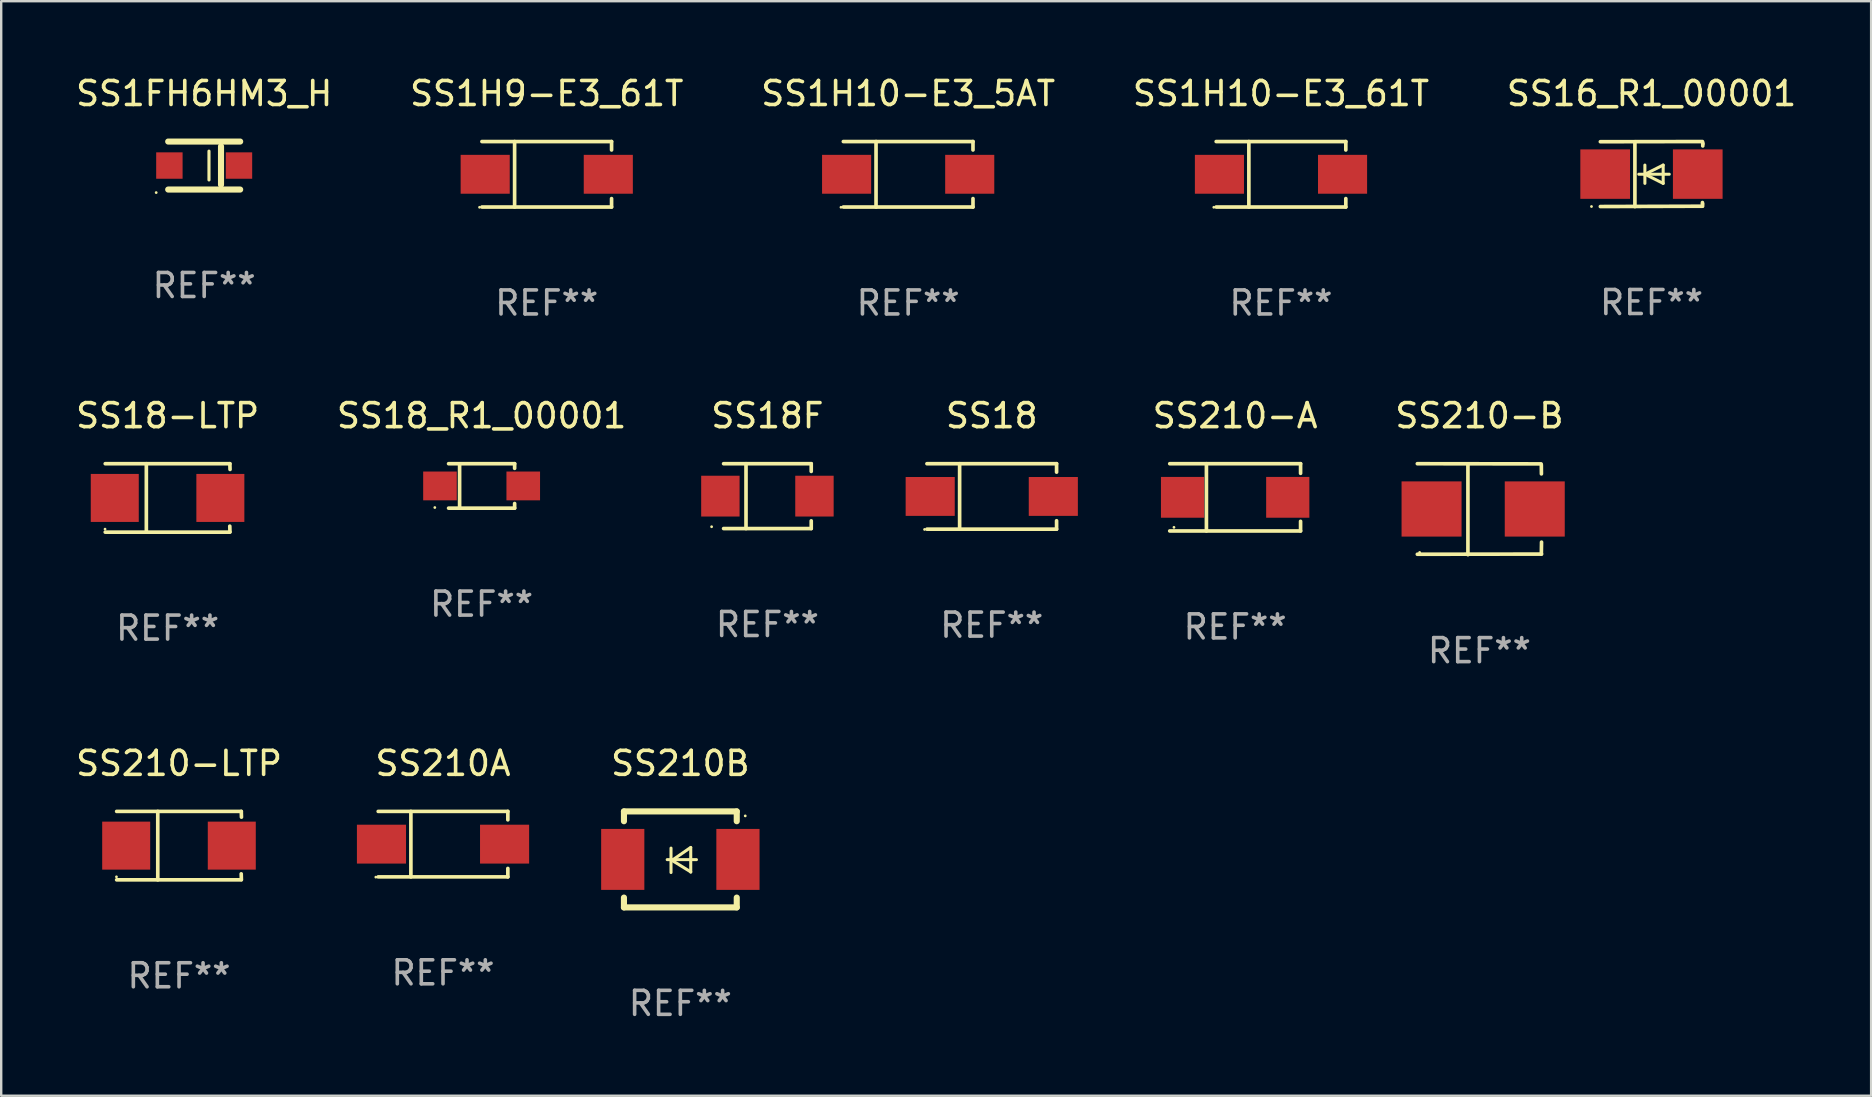
<source format=kicad_pcb>
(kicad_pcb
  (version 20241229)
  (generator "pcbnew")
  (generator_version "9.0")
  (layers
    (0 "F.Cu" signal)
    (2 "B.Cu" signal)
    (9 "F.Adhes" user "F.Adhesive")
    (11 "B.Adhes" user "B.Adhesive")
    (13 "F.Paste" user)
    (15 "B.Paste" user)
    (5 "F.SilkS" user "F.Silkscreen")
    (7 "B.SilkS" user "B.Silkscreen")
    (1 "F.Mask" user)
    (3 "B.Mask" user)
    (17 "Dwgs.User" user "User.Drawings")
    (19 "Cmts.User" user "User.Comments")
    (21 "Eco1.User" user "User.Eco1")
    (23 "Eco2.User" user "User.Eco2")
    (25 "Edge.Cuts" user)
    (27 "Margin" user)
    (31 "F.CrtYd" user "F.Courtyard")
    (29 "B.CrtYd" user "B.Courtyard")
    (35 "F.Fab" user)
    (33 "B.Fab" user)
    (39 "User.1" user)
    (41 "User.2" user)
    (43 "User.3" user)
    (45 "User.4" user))
  (footprint "SS16_R1_00001"
    (layer "F.Cu")
    (at 65.768 4.203)
    (property "Reference" "SS16_R1_00001" (at 0 -3.355 0) (layer "F.SilkS") (effects (font (size 1 1) (thickness 0.15))))
    (attr through_hole)
    (fp_line (start -2.134 -1.348) (end 2.12 -1.355) (stroke (width 0.152) (type solid)) (layer "F.SilkS"))
    (fp_line (start -2.134 1.353) (end 2.107 1.34) (stroke (width 0.152) (type solid)) (layer "F.SilkS"))
    (fp_line (start -0.694 -1.348) (end -0.694 1.355) (stroke (width 0.152) (type solid)) (layer "F.SilkS"))
    (fp_line (start -0.278 0.007) (end -0.278 -0.374) (stroke (width 0.127) (type solid)) (layer "F.SilkS"))
    (fp_line (start -0.278 0.007) (end -0.278 0.388) (stroke (width 0.127) (type solid)) (layer "F.SilkS"))
    (fp_line (start 0.484 -0.374) (end -0.278 0.007) (stroke (width 0.127) (type solid)) (layer "F.SilkS"))
    (fp_line (start 0.484 0.007) (end 0.484 -0.374) (stroke (width 0.127) (type solid)) (layer "F.SilkS"))
    (fp_line (start 0.484 0.007) (end 0.484 0.388) (stroke (width 0.127) (type solid)) (layer "F.SilkS"))
    (fp_line (start 0.484 0.388) (end -0.278 0.007) (stroke (width 0.127) (type solid)) (layer "F.SilkS"))
    (fp_line (start 0.738 0.007) (end -0.532 0.007) (stroke (width 0.127) (type solid)) (layer "F.SilkS"))
    (fp_line (start 2.12 1.186) (end 2.12 1.237) (stroke (width 0.152) (type solid)) (layer "F.SilkS"))
    (fp_line (start 2.127 1.25) (end 2.127 1.34) (stroke (width 0.152) (type solid)) (layer "F.SilkS"))
    (fp_line (start 2.134 -1.309) (end 2.134 -1.258) (stroke (width 0.152) (type solid)) (layer "F.SilkS"))
    (fp_line (start 2.134 -1.261) (end 2.134 -1.172) (stroke (width 0.152) (type solid)) (layer "F.SilkS"))
    (fp_circle (center -2.503 1.352) (end -2.473 1.352) (stroke (width 0.06) (type solid)) (fill no) (layer "F.SilkS"))
    (fp_text user "REF**" (at 0 5.355 0) (layer "F.Fab") (effects (font (size 1 1) (thickness 0.15))))
    (pad "1" smd rect (at -1.933 0.002 180) (size 2.07 2.06) (layers "F.Cu" "F.Mask" "F.Paste"))
    (pad "2" smd rect (at 1.925 0.002 180) (size 2.07 2.06) (layers "F.Cu" "F.Mask" "F.Paste")))
  (footprint "SS210-B"
    (layer "F.Cu")
    (at 58.596 18.168)
    (property "Reference" "SS210-B" (at 0 -3.896 0) (layer "F.SilkS") (effects (font (size 1 1) (thickness 0.15))))
    (attr through_hole)
    (fp_line (start -2.588 -1.896) (end 2.568 -1.889) (stroke (width 0.152) (type solid)) (layer "F.SilkS"))
    (fp_line (start -2.588 1.877) (end 2.588 1.87) (stroke (width 0.152) (type solid)) (layer "F.SilkS"))
    (fp_line (start -0.48 1.896) (end -0.48 -1.871) (stroke (width 0.152) (type solid)) (layer "F.SilkS"))
    (fp_line (start 2.579 -1.849) (end 2.582 -1.472) (stroke (width 0.152) (type solid)) (layer "F.SilkS"))
    (fp_line (start 2.579 1.867) (end 2.587 1.372) (stroke (width 0.152) (type solid)) (layer "F.SilkS"))
    (fp_circle (center -2.492 1.801) (end -2.462 1.801) (stroke (width 0.06) (type solid)) (fill no) (layer "F.SilkS"))
    (fp_text user "REF**" (at 0 5.896 0) (layer "F.Fab") (effects (font (size 1 1) (thickness 0.15))))
    (pad "1" smd rect (at -1.995 -0.009) (size 2.5 2.3) (layers "F.Cu" "F.Mask" "F.Paste"))
    (pad "2" smd rect (at 2.305 -0.009) (size 2.5 2.3) (layers "F.Cu" "F.Mask" "F.Paste")))
  (footprint "SS210-LTP"
    (layer "F.Cu")
    (at 4.411 32.186)
    (property "Reference" "SS210-LTP" (at 0 -3.426 0) (layer "F.SilkS") (effects (font (size 1 1) (thickness 0.15))))
    (attr through_hole)
    (fp_line (start -2.6 -1.426) (end 2.593 -1.426) (stroke (width 0.152) (type solid)) (layer "F.SilkS"))
    (fp_line (start -2.6 1.426) (end 2.593 1.426) (stroke (width 0.152) (type solid)) (layer "F.SilkS"))
    (fp_line (start -0.887 -1.426) (end -0.887 1.426) (stroke (width 0.152) (type solid)) (layer "F.SilkS"))
    (fp_line (start 2.59 1.176) (end 2.597 1.415) (stroke (width 0.152) (type solid)) (layer "F.SilkS"))
    (fp_line (start 2.593 -1.426) (end 2.6 -1.187) (stroke (width 0.152) (type solid)) (layer "F.SilkS"))
    (fp_circle (center -2.608 1.3) (end -2.578 1.3) (stroke (width 0.06) (type solid)) (fill no) (layer "F.SilkS"))
    (fp_text user "REF**" (at 0 5.426 0) (layer "F.Fab") (effects (font (size 1 1) (thickness 0.15))))
    (pad "1" smd rect (at -2.203 0 180) (size 2 2) (layers "F.Cu" "F.Mask" "F.Paste"))
    (pad "2" smd rect (at 2.197 0 180) (size 2 2) (layers "F.Cu" "F.Mask" "F.Paste")))
  (footprint "SS18_R1_00001"
    (layer "F.Cu")
    (at 17.018 17.198)
    (property "Reference" "SS18_R1_00001" (at 0 -2.926 0) (layer "F.SilkS") (effects (font (size 1 1) (thickness 0.15))))
    (attr through_hole)
    (fp_line (start -1.376 -0.926) (end 1.376 -0.926) (stroke (width 0.152) (type solid)) (layer "F.SilkS"))
    (fp_line (start -1.376 0.926) (end 1.376 0.926) (stroke (width 0.152) (type solid)) (layer "F.SilkS"))
    (fp_line (start -0.917 -0.876) (end -0.917 0.876) (stroke (width 0.152) (type solid)) (layer "F.SilkS"))
    (fp_line (start 1.376 -0.926) (end 1.376 -0.733) (stroke (width 0.152) (type solid)) (layer "F.SilkS"))
    (fp_line (start 1.376 0.926) (end 1.376 0.733) (stroke (width 0.152) (type solid)) (layer "F.SilkS"))
    (fp_circle (center -1.95 0.9) (end -1.92 0.9) (stroke (width 0.06) (type solid)) (fill no) (layer "F.SilkS"))
    (fp_text user "REF**" (at 0 4.926 0) (layer "F.Fab") (effects (font (size 1 1) (thickness 0.15))))
    (pad "1" smd rect (at -1.735 0) (size 1.4 1.2) (layers "F.Cu" "F.Mask" "F.Paste"))
    (pad "2" smd rect (at 1.735 0) (size 1.4 1.2) (layers "F.Cu" "F.Mask" "F.Paste")))
  (footprint "SS1H10-E3_5AT"
    (layer "F.Cu")
    (at 34.792 4.212)
    (property "Reference" "SS1H10-E3_5AT" (at 0 -3.364 0) (layer "F.SilkS") (effects (font (size 1 1) (thickness 0.15))))
    (attr through_hole)
    (fp_line (start -2.701 -1.364) (end 2.701 -1.364) (stroke (width 0.152) (type solid)) (layer "F.SilkS"))
    (fp_line (start -2.701 1.364) (end 2.701 1.364) (stroke (width 0.152) (type solid)) (layer "F.SilkS"))
    (fp_line (start -1.339 -1.364) (end -1.339 1.364) (stroke (width 0.152) (type solid)) (layer "F.SilkS"))
    (fp_line (start 2.701 -1.364) (end 2.701 -1.013) (stroke (width 0.152) (type solid)) (layer "F.SilkS"))
    (fp_line (start 2.701 1.364) (end 2.701 1.013) (stroke (width 0.152) (type solid)) (layer "F.SilkS"))
    (fp_circle (center -2.8 1.375) (end -2.77 1.375) (stroke (width 0.06) (type solid)) (fill no) (layer "F.SilkS"))
    (fp_text user "REF**" (at 0 5.364 0) (layer "F.Fab") (effects (font (size 1 1) (thickness 0.15))))
    (pad "1" smd rect (at -2.565 -0.000025) (size 2.046 1.62) (layers "F.Cu" "F.Mask" "F.Paste"))
    (pad "2" smd rect (at 2.565 -0.000025) (size 2.046 1.62) (layers "F.Cu" "F.Mask" "F.Paste")))
  (footprint "SS210-A"
    (layer "F.Cu")
    (at 48.417 17.673)
    (property "Reference" "SS210-A" (at 0 -3.401 0) (layer "F.SilkS") (effects (font (size 1 1) (thickness 0.15))))
    (attr through_hole)
    (fp_line (start -2.726 -1.401) (end 2.726 -1.401) (stroke (width 0.152) (type solid)) (layer "F.SilkS"))
    (fp_line (start -2.726 1.401) (end 2.726 1.401) (stroke (width 0.152) (type solid)) (layer "F.SilkS"))
    (fp_line (start -1.197 -1.401) (end -1.197 1.401) (stroke (width 0.152) (type solid)) (layer "F.SilkS"))
    (fp_line (start 2.726 -1.401) (end 2.726 -1) (stroke (width 0.152) (type solid)) (layer "F.SilkS"))
    (fp_line (start 2.726 1.401) (end 2.726 1) (stroke (width 0.152) (type solid)) (layer "F.SilkS"))
    (fp_circle (center -2.55 1.25) (end -2.52 1.25) (stroke (width 0.06) (type solid)) (fill no) (layer "F.SilkS"))
    (fp_text user "REF**" (at 0 5.401 0) (layer "F.Fab") (effects (font (size 1 1) (thickness 0.15))))
    (pad "1" smd rect (at -2.192 0) (size 1.8 1.7) (layers "F.Cu" "F.Mask" "F.Paste"))
    (pad "2" smd rect (at 2.192 0) (size 1.8 1.7) (layers "F.Cu" "F.Mask" "F.Paste")))
  (footprint "SS1H9-E3_61T"
    (layer "F.Cu")
    (at 19.732 4.212)
    (property "Reference" "SS1H9-E3_61T" (at 0 -3.364 0) (layer "F.SilkS") (effects (font (size 1 1) (thickness 0.15))))
    (attr through_hole)
    (fp_line (start -2.701 -1.364) (end 2.701 -1.364) (stroke (width 0.152) (type solid)) (layer "F.SilkS"))
    (fp_line (start -2.701 1.364) (end 2.701 1.364) (stroke (width 0.152) (type solid)) (layer "F.SilkS"))
    (fp_line (start -1.339 -1.364) (end -1.339 1.364) (stroke (width 0.152) (type solid)) (layer "F.SilkS"))
    (fp_line (start 2.701 -1.364) (end 2.701 -1.013) (stroke (width 0.152) (type solid)) (layer "F.SilkS"))
    (fp_line (start 2.701 1.364) (end 2.701 1.013) (stroke (width 0.152) (type solid)) (layer "F.SilkS"))
    (fp_circle (center -2.8 1.375) (end -2.77 1.375) (stroke (width 0.06) (type solid)) (fill no) (layer "F.SilkS"))
    (fp_text user "REF**" (at 0 5.364 0) (layer "F.Fab") (effects (font (size 1 1) (thickness 0.15))))
    (pad "1" smd rect (at -2.565 -0.000025) (size 2.046 1.62) (layers "F.Cu" "F.Mask" "F.Paste"))
    (pad "2" smd rect (at 2.565 -0.000025) (size 2.046 1.62) (layers "F.Cu" "F.Mask" "F.Paste")))
  (footprint "SS210B"
    (layer "F.Cu")
    (at 25.299 32.76)
    (property "Reference" "SS210B" (at 0 -4 0) (layer "F.SilkS") (effects (font (size 1 1) (thickness 0.15))))
    (attr through_hole)
    (fp_line (start -2.35 -2) (end -2.35 -1.591) (stroke (width 0.254) (type solid)) (layer "F.SilkS"))
    (fp_line (start -2.35 -2) (end 2.35 -2) (stroke (width 0.254) (type solid)) (layer "F.SilkS"))
    (fp_line (start -2.35 1.591) (end -2.35 2) (stroke (width 0.254) (type solid)) (layer "F.SilkS"))
    (fp_line (start -2.35 2) (end 2.35 2) (stroke (width 0.254) (type solid)) (layer "F.SilkS"))
    (fp_line (start -0.548 0.01) (end 0.671 0.01) (stroke (width 0.127) (type solid)) (layer "F.SilkS"))
    (fp_line (start -0.389 -0.47) (end -0.389 0.546) (stroke (width 0.127) (type solid)) (layer "F.SilkS"))
    (fp_line (start -0.35 0.04) (end 0.433 0.52) (stroke (width 0.127) (type solid)) (layer "F.SilkS"))
    (fp_line (start 0.433 -0.5) (end -0.35 0.04) (stroke (width 0.127) (type solid)) (layer "F.SilkS"))
    (fp_line (start 0.433 0.53) (end 0.433 -0.486) (stroke (width 0.127) (type solid)) (layer "F.SilkS"))
    (fp_line (start 2.35 -2) (end 2.35 -1.591) (stroke (width 0.254) (type solid)) (layer "F.SilkS"))
    (fp_line (start 2.35 1.591) (end 2.35 2) (stroke (width 0.254) (type solid)) (layer "F.SilkS"))
    (fp_circle (center 2.704 -1.813) (end 2.734 -1.813) (stroke (width 0.06) (type solid)) (fill no) (layer "F.SilkS"))
    (fp_text user "REF**" (at 0 6 0) (layer "F.Fab") (effects (font (size 1 1) (thickness 0.15))))
    (pad "1" smd rect (at 2.4 0) (size 1.8 2.54) (layers "F.Cu" "F.Mask" "F.Paste"))
    (pad "2" smd rect (at -2.4 0) (size 1.8 2.54) (layers "F.Cu" "F.Mask" "F.Paste")))
  (footprint "SS18F"
    (layer "F.Cu")
    (at 28.927 17.623)
    (property "Reference" "SS18F" (at 0 -3.351 0) (layer "F.SilkS") (effects (font (size 1 1) (thickness 0.15))))
    (attr through_hole)
    (fp_line (start -1.826 -1.351) (end 1.826 -1.351) (stroke (width 0.152) (type solid)) (layer "F.SilkS"))
    (fp_line (start -1.826 1.351) (end 1.826 1.351) (stroke (width 0.152) (type solid)) (layer "F.SilkS"))
    (fp_line (start -0.892 -1.351) (end -0.892 1.351) (stroke (width 0.152) (type solid)) (layer "F.SilkS"))
    (fp_line (start 1.826 -1.351) (end 1.826 -1.03) (stroke (width 0.152) (type solid)) (layer "F.SilkS"))
    (fp_line (start 1.826 1.03) (end 1.826 1.351) (stroke (width 0.152) (type solid)) (layer "F.SilkS"))
    (fp_circle (center -2.325 1.275) (end -2.295 1.275) (stroke (width 0.06) (type solid)) (fill no) (layer "F.SilkS"))
    (fp_text user "REF**" (at 0 5.351 0) (layer "F.Fab") (effects (font (size 1 1) (thickness 0.15))))
    (pad "1" smd rect (at -1.96 0 180) (size 1.6 1.7) (layers "F.Cu" "F.Mask" "F.Paste"))
    (pad "2" smd rect (at 1.96 0 180) (size 1.6 1.7) (layers "F.Cu" "F.Mask" "F.Paste")))
  (footprint "SS18-LTP"
    (layer "F.Cu")
    (at 3.935 17.698)
    (property "Reference" "SS18-LTP" (at 0 -3.426 0) (layer "F.SilkS") (effects (font (size 1 1) (thickness 0.15))))
    (attr through_hole)
    (fp_line (start -2.6 -1.426) (end 2.593 -1.426) (stroke (width 0.152) (type solid)) (layer "F.SilkS"))
    (fp_line (start -2.6 1.426) (end 2.593 1.426) (stroke (width 0.152) (type solid)) (layer "F.SilkS"))
    (fp_line (start -0.887 -1.426) (end -0.887 1.426) (stroke (width 0.152) (type solid)) (layer "F.SilkS"))
    (fp_line (start 2.59 1.176) (end 2.597 1.415) (stroke (width 0.152) (type solid)) (layer "F.SilkS"))
    (fp_line (start 2.593 -1.426) (end 2.6 -1.187) (stroke (width 0.152) (type solid)) (layer "F.SilkS"))
    (fp_circle (center -2.608 1.3) (end -2.578 1.3) (stroke (width 0.06) (type solid)) (fill no) (layer "F.SilkS"))
    (fp_text user "REF**" (at 0 5.426 0) (layer "F.Fab") (effects (font (size 1 1) (thickness 0.15))))
    (pad "1" smd rect (at -2.203 0 180) (size 2 2) (layers "F.Cu" "F.Mask" "F.Paste"))
    (pad "2" smd rect (at 2.197 0 180) (size 2 2) (layers "F.Cu" "F.Mask" "F.Paste")))
  (footprint "SS1H10-E3_61T"
    (layer "F.Cu")
    (at 50.327 4.212)
    (property "Reference" "SS1H10-E3_61T" (at 0 -3.364 0) (layer "F.SilkS") (effects (font (size 1 1) (thickness 0.15))))
    (attr through_hole)
    (fp_line (start -2.701 -1.364) (end 2.701 -1.364) (stroke (width 0.152) (type solid)) (layer "F.SilkS"))
    (fp_line (start -2.701 1.364) (end 2.701 1.364) (stroke (width 0.152) (type solid)) (layer "F.SilkS"))
    (fp_line (start -1.339 -1.364) (end -1.339 1.364) (stroke (width 0.152) (type solid)) (layer "F.SilkS"))
    (fp_line (start 2.701 -1.364) (end 2.701 -1.013) (stroke (width 0.152) (type solid)) (layer "F.SilkS"))
    (fp_line (start 2.701 1.364) (end 2.701 1.013) (stroke (width 0.152) (type solid)) (layer "F.SilkS"))
    (fp_circle (center -2.8 1.375) (end -2.77 1.375) (stroke (width 0.06) (type solid)) (fill no) (layer "F.SilkS"))
    (fp_text user "REF**" (at 0 5.364 0) (layer "F.Fab") (effects (font (size 1 1) (thickness 0.15))))
    (pad "1" smd rect (at -2.565 -0.000025) (size 2.046 1.62) (layers "F.Cu" "F.Mask" "F.Paste"))
    (pad "2" smd rect (at 2.565 -0.000025) (size 2.046 1.62) (layers "F.Cu" "F.Mask" "F.Paste")))
  (footprint "SS18"
    (layer "F.Cu")
    (at 38.275 17.636)
    (property "Reference" "SS18" (at 0 -3.364 0) (layer "F.SilkS") (effects (font (size 1 1) (thickness 0.15))))
    (attr through_hole)
    (fp_line (start -2.701 -1.364) (end 2.701 -1.364) (stroke (width 0.152) (type solid)) (layer "F.SilkS"))
    (fp_line (start -2.701 1.364) (end 2.701 1.364) (stroke (width 0.152) (type solid)) (layer "F.SilkS"))
    (fp_line (start -1.339 -1.364) (end -1.339 1.364) (stroke (width 0.152) (type solid)) (layer "F.SilkS"))
    (fp_line (start 2.701 -1.364) (end 2.701 -1.013) (stroke (width 0.152) (type solid)) (layer "F.SilkS"))
    (fp_line (start 2.701 1.364) (end 2.701 1.013) (stroke (width 0.152) (type solid)) (layer "F.SilkS"))
    (fp_circle (center -2.8 1.375) (end -2.77 1.375) (stroke (width 0.06) (type solid)) (fill no) (layer "F.SilkS"))
    (fp_text user "REF**" (at 0 5.364 0) (layer "F.Fab") (effects (font (size 1 1) (thickness 0.15))))
    (pad "1" smd rect (at -2.565 -0.000025) (size 2.046 1.62) (layers "F.Cu" "F.Mask" "F.Paste"))
    (pad "2" smd rect (at 2.565 -0.000025) (size 2.046 1.62) (layers "F.Cu" "F.Mask" "F.Paste")))
  (footprint "SS1FH6HM3_H"
    (layer "F.Cu")
    (at 5.458 3.848)
    (property "Reference" "SS1FH6HM3_H" (at 0 -3 0) (layer "F.SilkS") (effects (font (size 1 1) (thickness 0.15))))
    (attr through_hole)
    (fp_line (start -1.5 -1) (end 1.5 -1) (stroke (width 0.254) (type solid)) (layer "F.SilkS"))
    (fp_line (start -1.5 1) (end 1.5 1) (stroke (width 0.254) (type solid)) (layer "F.SilkS"))
    (fp_line (start 0.2 -0.6) (end 0.2 0.6) (stroke (width 0.13) (type solid)) (layer "F.SilkS"))
    (fp_line (start 0.701 -0.8) (end 0.701 0.8) (stroke (width 0.254) (type solid)) (layer "F.SilkS"))
    (fp_circle (center -2 1.127) (end -1.97 1.127) (stroke (width 0.06) (type solid)) (fill no) (layer "F.SilkS"))
    (fp_text user "REF**" (at 0 5 0) (layer "F.Fab") (effects (font (size 1 1) (thickness 0.15))))
    (pad "1" smd rect (at -1.45 0) (size 1.1 1.1) (layers "F.Cu" "F.Mask" "F.Paste"))
    (pad "2" smd rect (at 1.45 0) (size 1.1 1.1) (layers "F.Cu" "F.Mask" "F.Paste")))
  (footprint "SS210A"
    (layer "F.Cu")
    (at 15.41 32.124)
    (property "Reference" "SS210A" (at 0 -3.364 0) (layer "F.SilkS") (effects (font (size 1 1) (thickness 0.15))))
    (attr through_hole)
    (fp_line (start -2.701 -1.364) (end 2.701 -1.364) (stroke (width 0.152) (type solid)) (layer "F.SilkS"))
    (fp_line (start -2.701 1.364) (end 2.701 1.364) (stroke (width 0.152) (type solid)) (layer "F.SilkS"))
    (fp_line (start -1.339 -1.364) (end -1.339 1.364) (stroke (width 0.152) (type solid)) (layer "F.SilkS"))
    (fp_line (start 2.701 -1.364) (end 2.701 -1.013) (stroke (width 0.152) (type solid)) (layer "F.SilkS"))
    (fp_line (start 2.701 1.364) (end 2.701 1.013) (stroke (width 0.152) (type solid)) (layer "F.SilkS"))
    (fp_circle (center -2.8 1.375) (end -2.77 1.375) (stroke (width 0.06) (type solid)) (fill no) (layer "F.SilkS"))
    (fp_text user "REF**" (at 0 5.364 0) (layer "F.Fab") (effects (font (size 1 1) (thickness 0.15))))
    (pad "1" smd rect (at -2.565 -0.000025) (size 2.046 1.62) (layers "F.Cu" "F.Mask" "F.Paste"))
    (pad "2" smd rect (at 2.565 -0.000025) (size 2.046 1.62) (layers "F.Cu" "F.Mask" "F.Paste")))
  (gr_rect
    (start -3 -3)
    (end 74.917 42.608)
    (stroke (width 0.1) (type default))
    (fill no)
    (layer "Edge.Cuts")))
</source>
